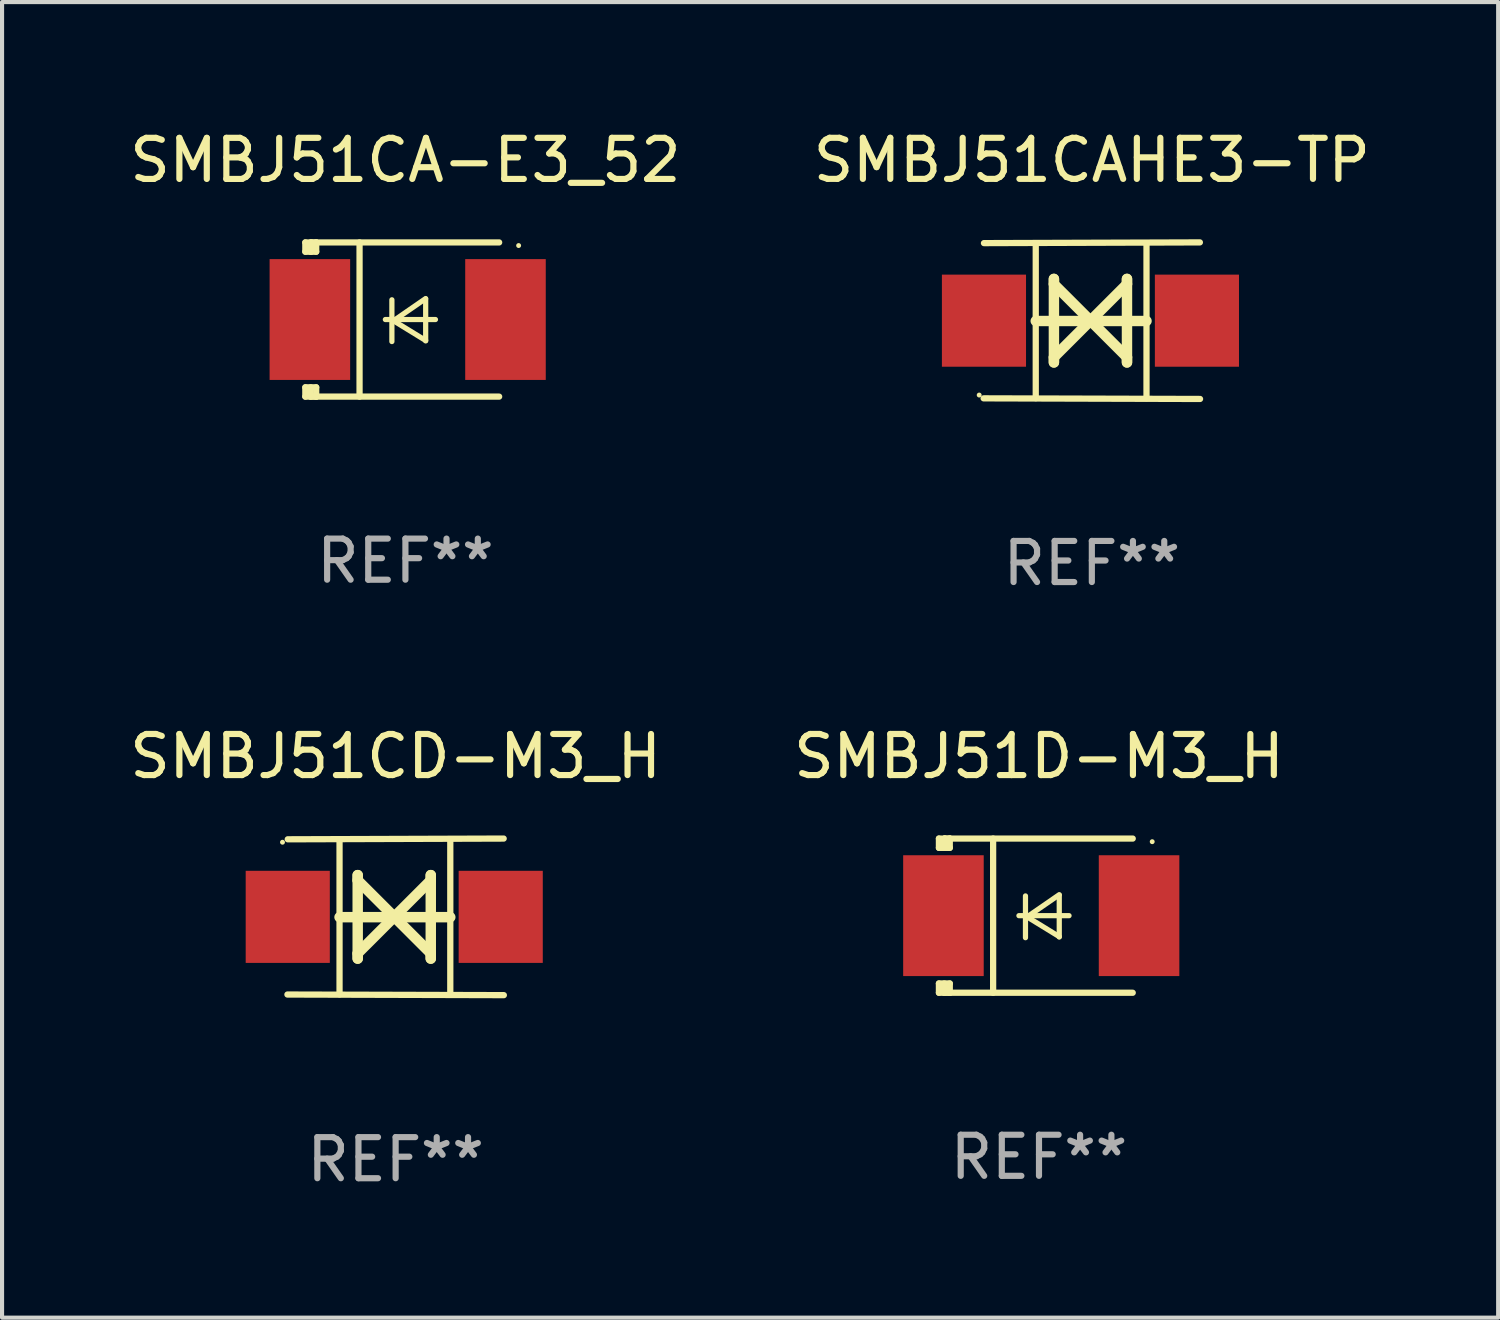
<source format=kicad_pcb>
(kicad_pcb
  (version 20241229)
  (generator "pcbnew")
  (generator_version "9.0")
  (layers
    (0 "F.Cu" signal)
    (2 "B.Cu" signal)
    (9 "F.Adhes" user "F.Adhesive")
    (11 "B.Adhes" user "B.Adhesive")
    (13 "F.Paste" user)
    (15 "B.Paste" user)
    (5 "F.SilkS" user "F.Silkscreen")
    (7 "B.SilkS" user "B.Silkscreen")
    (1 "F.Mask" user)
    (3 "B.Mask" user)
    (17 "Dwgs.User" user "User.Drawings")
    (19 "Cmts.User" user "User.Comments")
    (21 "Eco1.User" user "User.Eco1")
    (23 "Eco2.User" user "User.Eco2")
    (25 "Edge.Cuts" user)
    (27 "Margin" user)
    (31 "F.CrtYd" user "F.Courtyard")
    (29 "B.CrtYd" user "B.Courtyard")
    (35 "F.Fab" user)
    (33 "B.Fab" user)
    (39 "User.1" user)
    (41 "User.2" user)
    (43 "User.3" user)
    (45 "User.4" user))
  (footprint "SMBJ51CA-E3_52"
    (layer "F.Cu")
    (at 6.815 4.725)
    (property "Reference" "SMBJ51CA-E3_52" (at 0 -3.876 0) (layer "F.SilkS") (effects (font (size 1 1) (thickness 0.15))))
    (attr through_hole)
    (fp_line (start -2.435 1.65) (end -2.171 1.65) (stroke (width 0.152) (type solid)) (layer "F.SilkS"))
    (fp_line (start -2.435 1.876) (end -2.435 1.65) (stroke (width 0.152) (type solid)) (layer "F.SilkS"))
    (fp_line (start -2.435 -1.876) (end -2.171 -1.876) (stroke (width 0.152) (type solid)) (layer "F.SilkS"))
    (fp_line (start -2.435 -1.65) (end -2.435 -1.876) (stroke (width 0.152) (type solid)) (layer "F.SilkS"))
    (fp_line (start -2.305 -1.866) (end -2.295 -1.876) (stroke (width 0.152) (type solid)) (layer "F.SilkS"))
    (fp_line (start -2.305 -1.65) (end -2.305 -1.866) (stroke (width 0.152) (type solid)) (layer "F.SilkS"))
    (fp_line (start -2.305 1.876) (end -2.305 1.65) (stroke (width 0.152) (type solid)) (layer "F.SilkS"))
    (fp_line (start -2.295 -1.876) (end -2.295 -1.65) (stroke (width 0.152) (type solid)) (layer "F.SilkS"))
    (fp_line (start -2.171 1.876) (end -2.435 1.876) (stroke (width 0.152) (type solid)) (layer "F.SilkS"))
    (fp_line (start -2.171 -1.65) (end -2.435 -1.65) (stroke (width 0.152) (type solid)) (layer "F.SilkS"))
    (fp_line (start -2.171 -1.876) (end -2.295 -1.876) (stroke (width 0.152) (type solid)) (layer "F.SilkS"))
    (fp_line (start -2.171 -1.65) (end -2.171 -1.876) (stroke (width 0.152) (type solid)) (layer "F.SilkS"))
    (fp_line (start -2.171 1.876) (end -2.305 1.876) (stroke (width 0.152) (type solid)) (layer "F.SilkS"))
    (fp_line (start -2.171 1.876) (end -2.171 1.65) (stroke (width 0.152) (type solid)) (layer "F.SilkS"))
    (fp_line (start -1.116 1.876) (end -1.116 -1.876) (stroke (width 0.152) (type solid)) (layer "F.SilkS"))
    (fp_line (start -0.488 0.000102) (end 0.731 0.000102) (stroke (width 0.127) (type solid)) (layer "F.SilkS"))
    (fp_line (start -0.329 -0.48) (end -0.329 0.536) (stroke (width 0.127) (type solid)) (layer "F.SilkS"))
    (fp_line (start -0.29 0.03) (end 0.493 0.51) (stroke (width 0.127) (type solid)) (layer "F.SilkS"))
    (fp_line (start 0.493 -0.51) (end -0.29 0.03) (stroke (width 0.127) (type solid)) (layer "F.SilkS"))
    (fp_line (start 0.493 0.52) (end 0.493 -0.496) (stroke (width 0.127) (type solid)) (layer "F.SilkS"))
    (fp_line (start 2.281 -1.876) (end -2.171 -1.876) (stroke (width 0.152) (type solid)) (layer "F.SilkS"))
    (fp_line (start 2.281 1.876) (end -2.171 1.876) (stroke (width 0.152) (type solid)) (layer "F.SilkS"))
    (fp_circle (center 2.755 -1.8) (end 2.785 -1.8) (stroke (width 0.06) (type solid)) (fill no) (layer "F.SilkS"))
    (fp_text user "REF**" (at 0 5.876 0) (layer "F.Fab") (effects (font (size 1 1) (thickness 0.15))))
    (pad "1" smd rect (at 2.435 -0.000025 180) (size 1.96 2.94) (layers "F.Cu" "F.Mask" "F.Paste"))
    (pad "2" smd rect (at -2.325 -0.000025 180) (size 1.96 2.94) (layers "F.Cu" "F.Mask" "F.Paste")))
  (footprint "SMBJ51D-M3_H"
    (layer "F.Cu")
    (at 22.232 19.231)
    (property "Reference" "SMBJ51D-M3_H" (at 0 -3.876 0) (layer "F.SilkS") (effects (font (size 1 1) (thickness 0.15))))
    (attr through_hole)
    (fp_line (start -2.435 1.65) (end -2.171 1.65) (stroke (width 0.152) (type solid)) (layer "F.SilkS"))
    (fp_line (start -2.435 1.876) (end -2.435 1.65) (stroke (width 0.152) (type solid)) (layer "F.SilkS"))
    (fp_line (start -2.435 -1.876) (end -2.171 -1.876) (stroke (width 0.152) (type solid)) (layer "F.SilkS"))
    (fp_line (start -2.435 -1.65) (end -2.435 -1.876) (stroke (width 0.152) (type solid)) (layer "F.SilkS"))
    (fp_line (start -2.305 -1.866) (end -2.295 -1.876) (stroke (width 0.152) (type solid)) (layer "F.SilkS"))
    (fp_line (start -2.305 -1.65) (end -2.305 -1.866) (stroke (width 0.152) (type solid)) (layer "F.SilkS"))
    (fp_line (start -2.305 1.876) (end -2.305 1.65) (stroke (width 0.152) (type solid)) (layer "F.SilkS"))
    (fp_line (start -2.295 -1.876) (end -2.295 -1.65) (stroke (width 0.152) (type solid)) (layer "F.SilkS"))
    (fp_line (start -2.171 1.876) (end -2.435 1.876) (stroke (width 0.152) (type solid)) (layer "F.SilkS"))
    (fp_line (start -2.171 -1.65) (end -2.435 -1.65) (stroke (width 0.152) (type solid)) (layer "F.SilkS"))
    (fp_line (start -2.171 -1.876) (end -2.295 -1.876) (stroke (width 0.152) (type solid)) (layer "F.SilkS"))
    (fp_line (start -2.171 -1.65) (end -2.171 -1.876) (stroke (width 0.152) (type solid)) (layer "F.SilkS"))
    (fp_line (start -2.171 1.876) (end -2.305 1.876) (stroke (width 0.152) (type solid)) (layer "F.SilkS"))
    (fp_line (start -2.171 1.876) (end -2.171 1.65) (stroke (width 0.152) (type solid)) (layer "F.SilkS"))
    (fp_line (start -1.116 1.876) (end -1.116 -1.876) (stroke (width 0.152) (type solid)) (layer "F.SilkS"))
    (fp_line (start -0.488 0.000102) (end 0.731 0.000102) (stroke (width 0.127) (type solid)) (layer "F.SilkS"))
    (fp_line (start -0.329 -0.48) (end -0.329 0.536) (stroke (width 0.127) (type solid)) (layer "F.SilkS"))
    (fp_line (start -0.29 0.03) (end 0.493 0.51) (stroke (width 0.127) (type solid)) (layer "F.SilkS"))
    (fp_line (start 0.493 -0.51) (end -0.29 0.03) (stroke (width 0.127) (type solid)) (layer "F.SilkS"))
    (fp_line (start 0.493 0.52) (end 0.493 -0.496) (stroke (width 0.127) (type solid)) (layer "F.SilkS"))
    (fp_line (start 2.281 -1.876) (end -2.171 -1.876) (stroke (width 0.152) (type solid)) (layer "F.SilkS"))
    (fp_line (start 2.281 1.876) (end -2.171 1.876) (stroke (width 0.152) (type solid)) (layer "F.SilkS"))
    (fp_circle (center 2.755 -1.8) (end 2.785 -1.8) (stroke (width 0.06) (type solid)) (fill no) (layer "F.SilkS"))
    (fp_text user "REF**" (at 0 5.876 0) (layer "F.Fab") (effects (font (size 1 1) (thickness 0.15))))
    (pad "1" smd rect (at 2.435 -0.000025 180) (size 1.96 2.94) (layers "F.Cu" "F.Mask" "F.Paste"))
    (pad "2" smd rect (at -2.325 -0.000025 180) (size 1.96 2.94) (layers "F.Cu" "F.Mask" "F.Paste")))
  (footprint "SMBJ51CAHE3-TP"
    (layer "F.Cu")
    (at 23.518 4.753)
    (property "Reference" "SMBJ51CAHE3-TP" (at 0 -3.905 0) (layer "F.SilkS") (effects (font (size 1 1) (thickness 0.15))))
    (attr through_hole)
    (fp_line (start -1.365 1.886) (end -1.365 -1.886) (stroke (width 0.152) (type solid)) (layer "F.SilkS"))
    (fp_line (start -1.365 0.008) (end 1.33 0.008) (stroke (width 0.254) (type solid)) (layer "F.SilkS"))
    (fp_line (start -0.923 -1.016) (end -0.923 1.016) (stroke (width 0.254) (type solid)) (layer "F.SilkS"))
    (fp_line (start -0.923 -0.889) (end -0.923 -1.016) (stroke (width 0.254) (type solid)) (layer "F.SilkS"))
    (fp_line (start -0.923 0.889) (end -0.034 0) (stroke (width 0.254) (type solid)) (layer "F.SilkS"))
    (fp_line (start -0.923 1.016) (end -0.923 0.889) (stroke (width 0.254) (type solid)) (layer "F.SilkS"))
    (fp_line (start -0.034 0) (end -0.923 -0.889) (stroke (width 0.254) (type solid)) (layer "F.SilkS"))
    (fp_line (start -0.034 0) (end 0.855 0.889) (stroke (width 0.254) (type solid)) (layer "F.SilkS"))
    (fp_line (start 0.855 -1.016) (end 0.855 -0.889) (stroke (width 0.254) (type solid)) (layer "F.SilkS"))
    (fp_line (start 0.855 -0.889) (end -0.034 0) (stroke (width 0.254) (type solid)) (layer "F.SilkS"))
    (fp_line (start 0.855 0.889) (end 0.855 1.016) (stroke (width 0.254) (type solid)) (layer "F.SilkS"))
    (fp_line (start 0.855 1.016) (end 0.855 -1.016) (stroke (width 0.254) (type solid)) (layer "F.SilkS"))
    (fp_line (start 1.33 1.886) (end 1.33 -1.886) (stroke (width 0.152) (type solid)) (layer "F.SilkS"))
    (fp_line (start 2.629 -1.905) (end -2.625 -1.887) (stroke (width 0.152) (type solid)) (layer "F.SilkS"))
    (fp_line (start 2.633 1.905) (end -2.633 1.89) (stroke (width 0.152) (type solid)) (layer "F.SilkS"))
    (fp_circle (center -2.741 1.81) (end -2.711 1.81) (stroke (width 0.06) (type solid)) (fill no) (layer "F.SilkS"))
    (fp_text user "REF**" (at 0 5.905 0) (layer "F.Fab") (effects (font (size 1 1) (thickness 0.15))))
    (pad "1" smd rect (at -2.625 0) (size 2.047 2.241) (layers "F.Cu" "F.Mask" "F.Paste"))
    (pad "2" smd rect (at 2.557 0) (size 2.047 2.241) (layers "F.Cu" "F.Mask" "F.Paste")))
  (footprint "SMBJ51CD-M3_H"
    (layer "F.Cu")
    (at 6.577 19.26)
    (property "Reference" "SMBJ51CD-M3_H" (at 0 -3.905 0) (layer "F.SilkS") (effects (font (size 1 1) (thickness 0.15))))
    (attr through_hole)
    (fp_line (start -1.365 1.886) (end -1.365 -1.886) (stroke (width 0.152) (type solid)) (layer "F.SilkS"))
    (fp_line (start -1.365 0.008) (end 1.33 0.008) (stroke (width 0.254) (type solid)) (layer "F.SilkS"))
    (fp_line (start -0.923 -1.016) (end -0.923 1.016) (stroke (width 0.254) (type solid)) (layer "F.SilkS"))
    (fp_line (start -0.923 -0.889) (end -0.923 -1.016) (stroke (width 0.254) (type solid)) (layer "F.SilkS"))
    (fp_line (start -0.923 0.889) (end -0.034 0) (stroke (width 0.254) (type solid)) (layer "F.SilkS"))
    (fp_line (start -0.923 1.016) (end -0.923 0.889) (stroke (width 0.254) (type solid)) (layer "F.SilkS"))
    (fp_line (start -0.034 0) (end -0.923 -0.889) (stroke (width 0.254) (type solid)) (layer "F.SilkS"))
    (fp_line (start -0.034 0) (end 0.855 0.889) (stroke (width 0.254) (type solid)) (layer "F.SilkS"))
    (fp_line (start 0.855 -1.016) (end 0.855 -0.889) (stroke (width 0.254) (type solid)) (layer "F.SilkS"))
    (fp_line (start 0.855 -0.889) (end -0.034 0) (stroke (width 0.254) (type solid)) (layer "F.SilkS"))
    (fp_line (start 0.855 0.889) (end 0.855 1.016) (stroke (width 0.254) (type solid)) (layer "F.SilkS"))
    (fp_line (start 0.855 1.016) (end 0.855 -1.016) (stroke (width 0.254) (type solid)) (layer "F.SilkS"))
    (fp_line (start 1.33 1.886) (end 1.33 -1.886) (stroke (width 0.152) (type solid)) (layer "F.SilkS"))
    (fp_line (start 2.629 -1.905) (end -2.625 -1.887) (stroke (width 0.152) (type solid)) (layer "F.SilkS"))
    (fp_line (start 2.633 1.905) (end -2.633 1.89) (stroke (width 0.152) (type solid)) (layer "F.SilkS"))
    (fp_circle (center -2.753 -1.816) (end -2.723 -1.816) (stroke (width 0.06) (type solid)) (fill no) (layer "F.SilkS"))
    (fp_text user "REF**" (at 0 5.905 0) (layer "F.Fab") (effects (font (size 1 1) (thickness 0.15))))
    (pad "1" smd rect (at -2.625 0) (size 2.047 2.241) (layers "F.Cu" "F.Mask" "F.Paste"))
    (pad "2" smd rect (at 2.557 0) (size 2.047 2.241) (layers "F.Cu" "F.Mask" "F.Paste")))
  (gr_rect
    (start -3 -3)
    (end 33.405 29.013)
    (stroke (width 0.1) (type default))
    (fill no)
    (layer "Edge.Cuts")))
</source>
